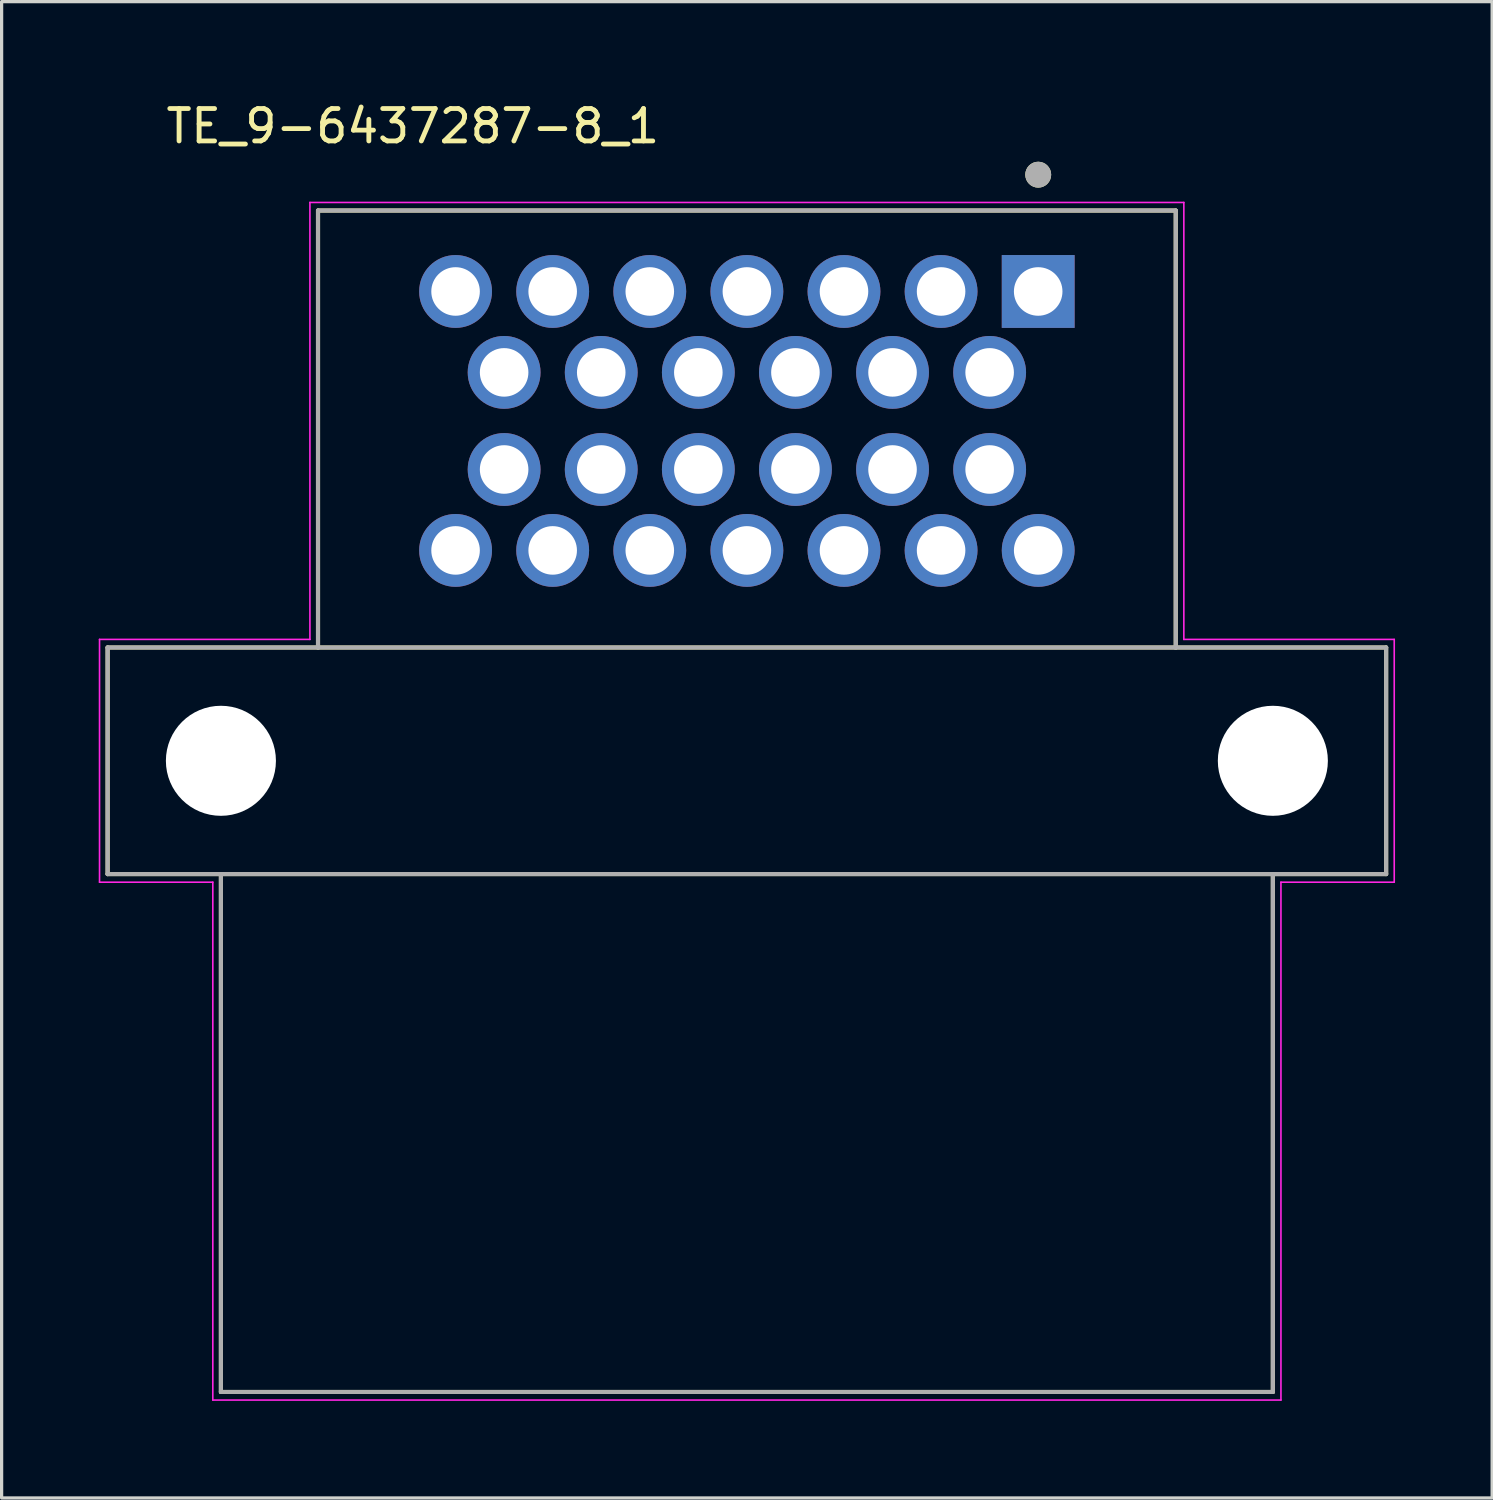
<source format=kicad_pcb>
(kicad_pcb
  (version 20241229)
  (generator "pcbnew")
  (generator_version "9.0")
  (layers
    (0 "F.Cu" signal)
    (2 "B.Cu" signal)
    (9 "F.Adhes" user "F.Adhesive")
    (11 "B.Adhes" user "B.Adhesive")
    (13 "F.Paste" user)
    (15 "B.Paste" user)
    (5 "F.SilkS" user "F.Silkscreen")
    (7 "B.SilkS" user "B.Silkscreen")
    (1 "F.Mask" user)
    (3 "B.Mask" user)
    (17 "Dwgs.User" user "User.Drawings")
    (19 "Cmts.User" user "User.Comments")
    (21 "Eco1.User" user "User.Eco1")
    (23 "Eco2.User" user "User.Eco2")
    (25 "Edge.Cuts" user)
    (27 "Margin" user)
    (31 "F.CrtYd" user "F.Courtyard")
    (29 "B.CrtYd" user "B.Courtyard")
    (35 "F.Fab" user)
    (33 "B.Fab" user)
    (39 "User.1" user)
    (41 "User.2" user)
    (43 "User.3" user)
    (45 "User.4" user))
  (footprint "TE_9-6437287-8_1"
    (layer "F.Cu")
    (at 20.025 20.455)
    (property "Reference" "TE_9-6437287-8_1" (at -10.321 -19.606 0) (layer "F.SilkS") (effects (font (size 1.001 1.001) (thickness 0.15))))
    (attr through_hole)
    (fp_line (start -19.75 -3.5) (end -19.75 3.5) (stroke (width 0.127) (type solid)) (layer "F.SilkS"))
    (fp_line (start -19.75 3.5) (end -16.25 3.5) (stroke (width 0.127) (type solid)) (layer "F.SilkS"))
    (fp_line (start -16.25 3.5) (end -16.25 19.5) (stroke (width 0.127) (type solid)) (layer "F.SilkS"))
    (fp_line (start -16.25 3.5) (end 16.25 3.5) (stroke (width 0.127) (type solid)) (layer "F.SilkS"))
    (fp_line (start -16.25 19.5) (end 16.25 19.5) (stroke (width 0.127) (type solid)) (layer "F.SilkS"))
    (fp_line (start -13.25 -17) (end 13.25 -17) (stroke (width 0.127) (type solid)) (layer "F.SilkS"))
    (fp_line (start -13.25 -3.5) (end -19.75 -3.5) (stroke (width 0.127) (type solid)) (layer "F.SilkS"))
    (fp_line (start -13.25 -3.5) (end -13.25 -17) (stroke (width 0.127) (type solid)) (layer "F.SilkS"))
    (fp_line (start 13.25 -17) (end 13.25 -3.5) (stroke (width 0.127) (type solid)) (layer "F.SilkS"))
    (fp_line (start 13.25 -3.5) (end -13.25 -3.5) (stroke (width 0.127) (type solid)) (layer "F.SilkS"))
    (fp_line (start 16.25 3.5) (end 19.75 3.5) (stroke (width 0.127) (type solid)) (layer "F.SilkS"))
    (fp_line (start 16.25 19.5) (end 16.25 3.5) (stroke (width 0.127) (type solid)) (layer "F.SilkS"))
    (fp_line (start 19.75 -3.5) (end 13.25 -3.5) (stroke (width 0.127) (type solid)) (layer "F.SilkS"))
    (fp_line (start 19.75 3.5) (end 19.75 -3.5) (stroke (width 0.127) (type solid)) (layer "F.SilkS"))
    (fp_circle (center 9.001 -18.108) (end 9.201 -18.108) (stroke (width 0.4) (type solid)) (fill no) (layer "F.SilkS"))
    (fp_line (start -20 -3.75) (end -13.5 -3.75) (stroke (width 0.05) (type solid)) (layer "F.CrtYd"))
    (fp_line (start -20 3.75) (end -20 -3.75) (stroke (width 0.05) (type solid)) (layer "F.CrtYd"))
    (fp_line (start -16.5 3.75) (end -20 3.75) (stroke (width 0.05) (type solid)) (layer "F.CrtYd"))
    (fp_line (start -16.5 19.75) (end -16.5 3.75) (stroke (width 0.05) (type solid)) (layer "F.CrtYd"))
    (fp_line (start -13.5 -17.25) (end 13.5 -17.25) (stroke (width 0.05) (type solid)) (layer "F.CrtYd"))
    (fp_line (start -13.5 -3.75) (end -13.5 -17.25) (stroke (width 0.05) (type solid)) (layer "F.CrtYd"))
    (fp_line (start 13.5 -17.25) (end 13.5 -3.75) (stroke (width 0.05) (type solid)) (layer "F.CrtYd"))
    (fp_line (start 13.5 -3.75) (end 20 -3.75) (stroke (width 0.05) (type solid)) (layer "F.CrtYd"))
    (fp_line (start 16.5 3.75) (end 16.5 19.75) (stroke (width 0.05) (type solid)) (layer "F.CrtYd"))
    (fp_line (start 16.5 19.75) (end -16.5 19.75) (stroke (width 0.05) (type solid)) (layer "F.CrtYd"))
    (fp_line (start 20 -3.75) (end 20 3.75) (stroke (width 0.05) (type solid)) (layer "F.CrtYd"))
    (fp_line (start 20 3.75) (end 16.5 3.75) (stroke (width 0.05) (type solid)) (layer "F.CrtYd"))
    (fp_line (start -19.75 -3.5) (end -19.75 3.5) (stroke (width 0.127) (type solid)) (layer "F.Fab"))
    (fp_line (start -19.75 3.5) (end -16.25 3.5) (stroke (width 0.127) (type solid)) (layer "F.Fab"))
    (fp_line (start -16.25 3.5) (end -16.25 19.5) (stroke (width 0.127) (type solid)) (layer "F.Fab"))
    (fp_line (start -16.25 3.5) (end 16.25 3.5) (stroke (width 0.127) (type solid)) (layer "F.Fab"))
    (fp_line (start -16.25 19.5) (end 16.25 19.5) (stroke (width 0.127) (type solid)) (layer "F.Fab"))
    (fp_line (start -13.25 -17) (end 13.25 -17) (stroke (width 0.127) (type solid)) (layer "F.Fab"))
    (fp_line (start -13.25 -3.5) (end -19.75 -3.5) (stroke (width 0.127) (type solid)) (layer "F.Fab"))
    (fp_line (start -13.25 -3.5) (end -13.25 -17) (stroke (width 0.127) (type solid)) (layer "F.Fab"))
    (fp_line (start 13.25 -17) (end 13.25 -3.5) (stroke (width 0.127) (type solid)) (layer "F.Fab"))
    (fp_line (start 13.25 -3.5) (end -13.25 -3.5) (stroke (width 0.127) (type solid)) (layer "F.Fab"))
    (fp_line (start 16.25 3.5) (end 19.75 3.5) (stroke (width 0.127) (type solid)) (layer "F.Fab"))
    (fp_line (start 16.25 19.5) (end 16.25 3.5) (stroke (width 0.127) (type solid)) (layer "F.Fab"))
    (fp_line (start 19.75 -3.5) (end 13.25 -3.5) (stroke (width 0.127) (type solid)) (layer "F.Fab"))
    (fp_line (start 19.75 3.5) (end 19.75 -3.5) (stroke (width 0.127) (type solid)) (layer "F.Fab"))
    (fp_circle (center 9.001 -18.108) (end 9.201 -18.108) (stroke (width 0.4) (type solid)) (fill no) (layer "F.Fab"))
    (pad "" np_thru_hole circle (at -16.25 0) (size 3.4 3.4) (drill 3.4) (layers "*.Cu" "*.Mask"))
    (pad "" np_thru_hole circle (at 16.25 0) (size 3.4 3.4) (drill 3.4) (layers "*.Cu" "*.Mask"))
    (pad "1" thru_hole rect (at 9 -14.5) (size 2.25 2.25) (drill 1.5) (layers "*.Cu" "*.Mask"))
    (pad "2" thru_hole circle (at 6 -14.5) (size 2.25 2.25) (drill 1.5) (layers "*.Cu" "*.Mask"))
    (pad "3" thru_hole circle (at 3 -14.5) (size 2.25 2.25) (drill 1.5) (layers "*.Cu" "*.Mask"))
    (pad "4" thru_hole circle (at 0 -14.5) (size 2.25 2.25) (drill 1.5) (layers "*.Cu" "*.Mask"))
    (pad "5" thru_hole circle (at -3 -14.5) (size 2.25 2.25) (drill 1.5) (layers "*.Cu" "*.Mask"))
    (pad "6" thru_hole circle (at -6 -14.5) (size 2.25 2.25) (drill 1.5) (layers "*.Cu" "*.Mask"))
    (pad "7" thru_hole circle (at -9 -14.5) (size 2.25 2.25) (drill 1.5) (layers "*.Cu" "*.Mask"))
    (pad "8" thru_hole circle (at 7.5 -12) (size 2.25 2.25) (drill 1.5) (layers "*.Cu" "*.Mask"))
    (pad "9" thru_hole circle (at 4.5 -12) (size 2.25 2.25) (drill 1.5) (layers "*.Cu" "*.Mask"))
    (pad "10" thru_hole circle (at 1.5 -12) (size 2.25 2.25) (drill 1.5) (layers "*.Cu" "*.Mask"))
    (pad "11" thru_hole circle (at -1.5 -12) (size 2.25 2.25) (drill 1.5) (layers "*.Cu" "*.Mask"))
    (pad "12" thru_hole circle (at -4.5 -12) (size 2.25 2.25) (drill 1.5) (layers "*.Cu" "*.Mask"))
    (pad "13" thru_hole circle (at -7.5 -12) (size 2.25 2.25) (drill 1.5) (layers "*.Cu" "*.Mask"))
    (pad "14" thru_hole circle (at 7.5 -9) (size 2.25 2.25) (drill 1.5) (layers "*.Cu" "*.Mask"))
    (pad "15" thru_hole circle (at 4.5 -9) (size 2.25 2.25) (drill 1.5) (layers "*.Cu" "*.Mask"))
    (pad "16" thru_hole circle (at 1.5 -9) (size 2.25 2.25) (drill 1.5) (layers "*.Cu" "*.Mask"))
    (pad "17" thru_hole circle (at -1.5 -9) (size 2.25 2.25) (drill 1.5) (layers "*.Cu" "*.Mask"))
    (pad "18" thru_hole circle (at -4.5 -9) (size 2.25 2.25) (drill 1.5) (layers "*.Cu" "*.Mask"))
    (pad "19" thru_hole circle (at -7.5 -9) (size 2.25 2.25) (drill 1.5) (layers "*.Cu" "*.Mask"))
    (pad "20" thru_hole circle (at 9 -6.5) (size 2.25 2.25) (drill 1.5) (layers "*.Cu" "*.Mask"))
    (pad "21" thru_hole circle (at 6 -6.5) (size 2.25 2.25) (drill 1.5) (layers "*.Cu" "*.Mask"))
    (pad "22" thru_hole circle (at 3 -6.5) (size 2.25 2.25) (drill 1.5) (layers "*.Cu" "*.Mask"))
    (pad "23" thru_hole circle (at 0 -6.5) (size 2.25 2.25) (drill 1.5) (layers "*.Cu" "*.Mask"))
    (pad "24" thru_hole circle (at -3 -6.5) (size 2.25 2.25) (drill 1.5) (layers "*.Cu" "*.Mask"))
    (pad "25" thru_hole circle (at -6 -6.5) (size 2.25 2.25) (drill 1.5) (layers "*.Cu" "*.Mask"))
    (pad "26" thru_hole circle (at -9 -6.5) (size 2.25 2.25) (drill 1.5) (layers "*.Cu" "*.Mask")))
  (gr_rect
    (start -3 -3)
    (end 43.05 43.23)
    (stroke (width 0.1) (type default))
    (fill no)
    (layer "Edge.Cuts")))
</source>
